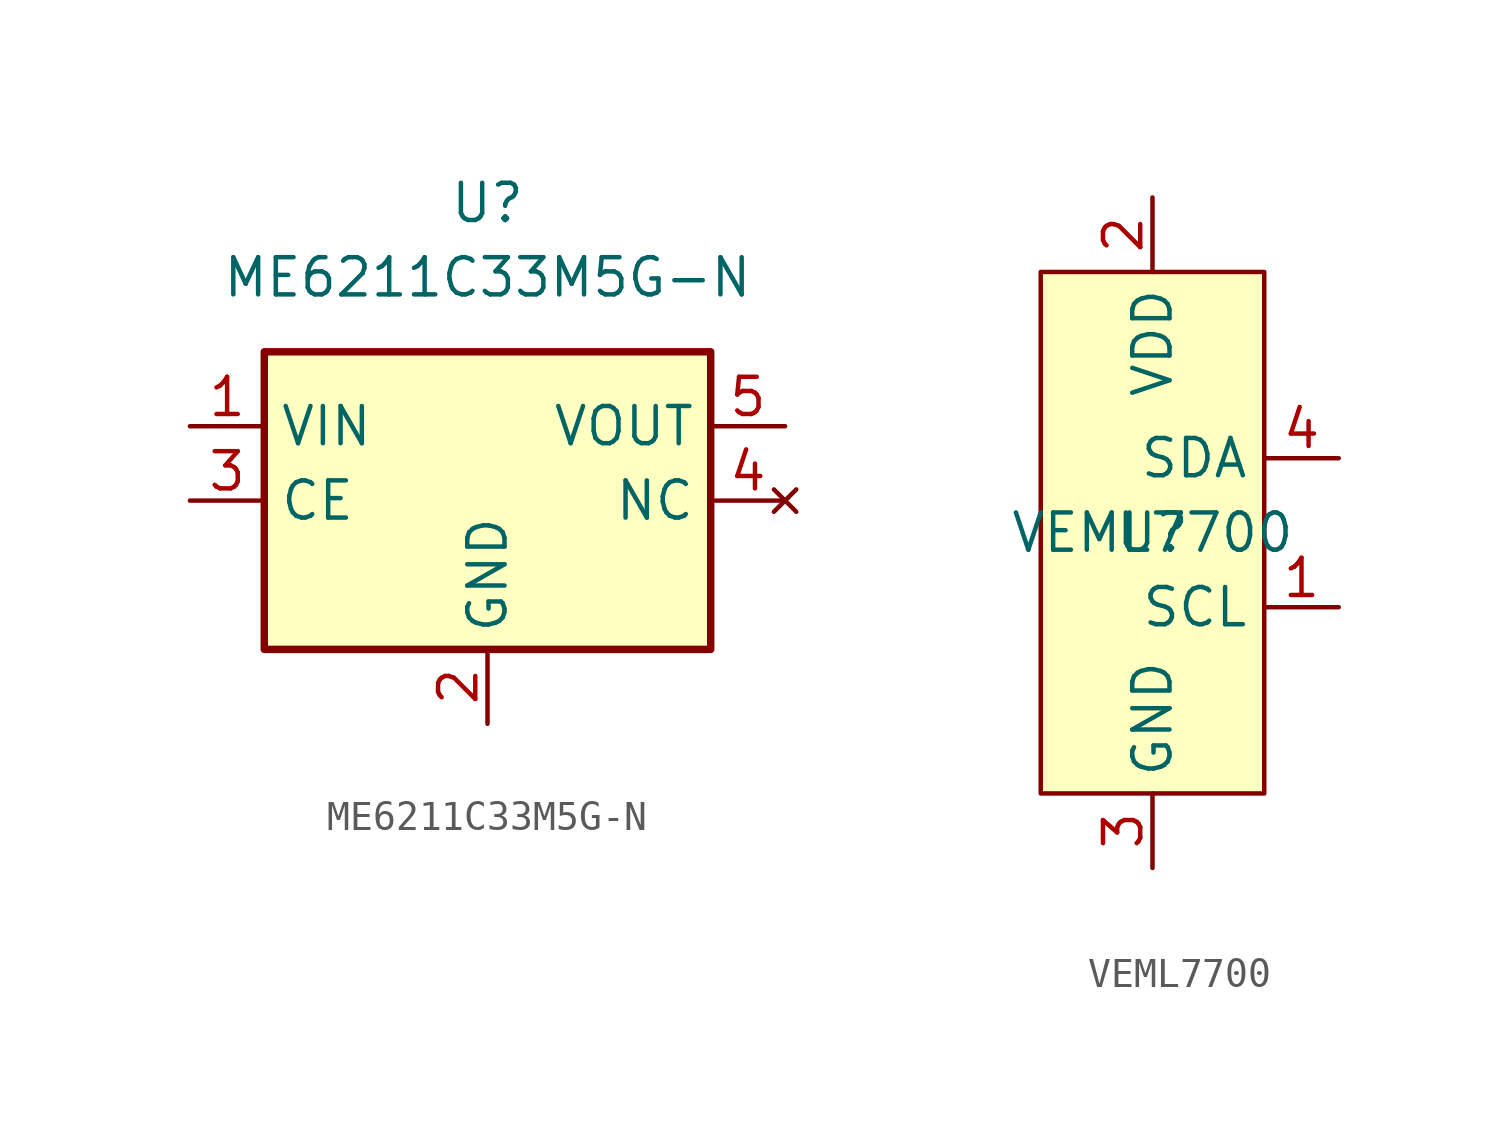
<source format=kicad_sym>
(kicad_symbol_lib
  (version 20211014)
  (generator kicad_symbol_editor)
  (symbol "ME6211C33M5G-N"
    (property "Reference" "U"
      (at 0 10.16 0)
      (effects (font (size 1.27 1.27))))
    (property "Value" "ME6211C33M5G-N"
      (at 0 7.62 0)
      (effects (font (size 1.27 1.27))))
    (symbol "ME6211C33M5G-N_0_1"
      (rectangle (start -7.62 5.08) (end 7.62 -5.08) (stroke (width 0.254) (type default) (color 0 0 0 0)) (fill (type background))))
    (symbol "ME6211C33M5G-N_1_1"
      (pin power_in line (at -10.16 2.54 0) (length 2.54) (name "VIN" (effects (font (size 1.27 1.27)))) (number "1" (effects (font (size 1.27 1.27)))))
      (pin power_in line (at 0 -7.62 90) (length 2.54) (name "GND" (effects (font (size 1.27 1.27)))) (number "2" (effects (font (size 1.27 1.27)))))
      (pin input line (at -10.16 0 0) (length 2.54) (name "CE" (effects (font (size 1.27 1.27)))) (number "3" (effects (font (size 1.27 1.27)))))
      (pin no_connect line (at 10.16 0 180) (length 2.54) (name "NC" (effects (font (size 1.27 1.27)))) (number "4" (effects (font (size 1.27 1.27)))))
      (pin power_out line (at 10.16 2.54 180) (length 2.54) (name "VOUT" (effects (font (size 1.27 1.27)))) (number "5" (effects (font (size 1.27 1.27)))))))
  (symbol "VEML7700"
    (property "Reference" "U"
      (at 0 0 0)
      (effects (font (size 1.27 1.27))))
    (property "Value" "VEML7700"
      (at 0 0 0)
      (effects (font (size 1.27 1.27))))
    (symbol "VEML7700_0_1"
      (rectangle (start -3.81 8.89) (end 3.81 -8.89) (stroke (width 0) (type default) (color 0 0 0 0)) (fill (type background))))
    (symbol "VEML7700_1_1"
      (pin open_collector line (at 6.35 -2.54 180) (length 2.54) (name "SCL" (effects (font (size 1.27 1.27)))) (number "1" (effects (font (size 1.27 1.27)))))
      (pin power_in line (at 0 11.43 270) (length 2.54) (name "VDD" (effects (font (size 1.27 1.27)))) (number "2" (effects (font (size 1.27 1.27)))))
      (pin power_in line (at 0 -11.43 90) (length 2.54) (name "GND" (effects (font (size 1.27 1.27)))) (number "3" (effects (font (size 1.27 1.27)))))
      (pin open_collector line (at 6.35 2.54 180) (length 2.54) (name "SDA" (effects (font (size 1.27 1.27)))) (number "4" (effects (font (size 1.27 1.27))))))))
</source>
